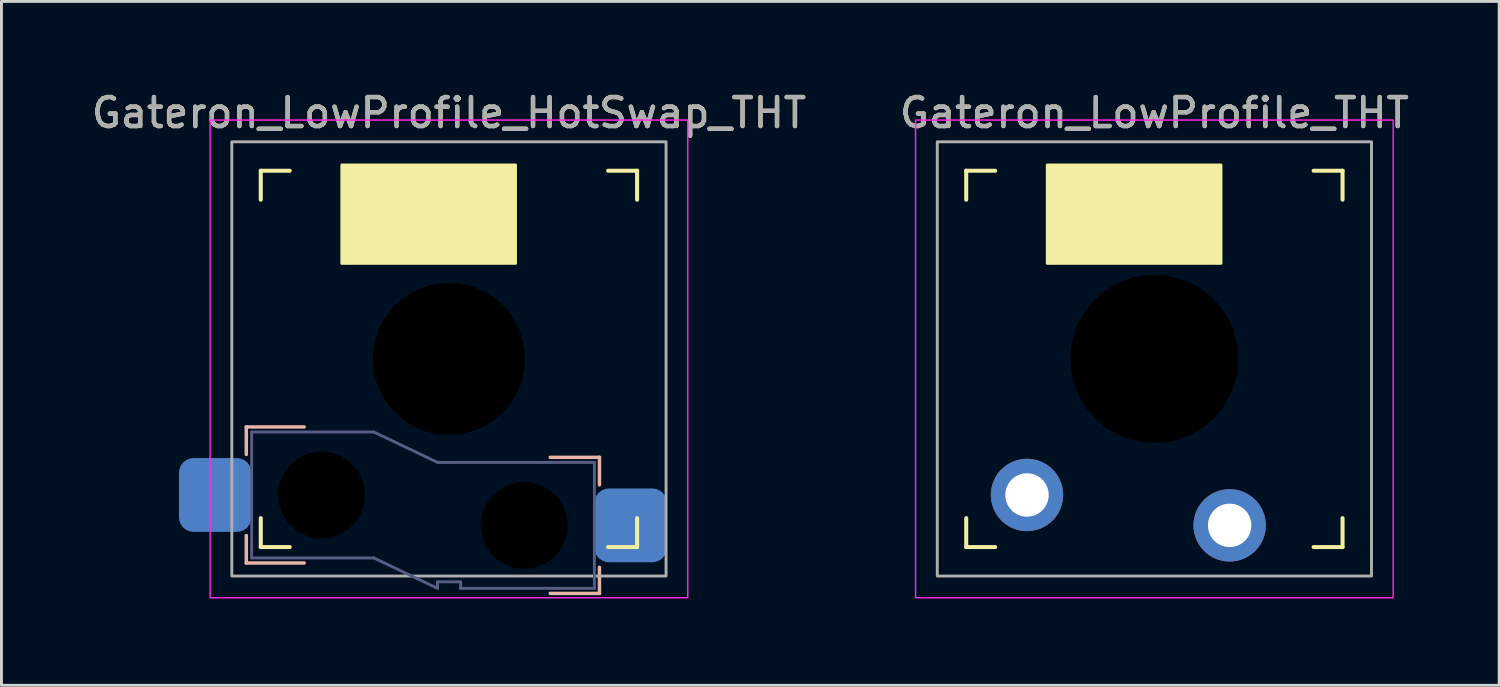
<source format=kicad_pcb>
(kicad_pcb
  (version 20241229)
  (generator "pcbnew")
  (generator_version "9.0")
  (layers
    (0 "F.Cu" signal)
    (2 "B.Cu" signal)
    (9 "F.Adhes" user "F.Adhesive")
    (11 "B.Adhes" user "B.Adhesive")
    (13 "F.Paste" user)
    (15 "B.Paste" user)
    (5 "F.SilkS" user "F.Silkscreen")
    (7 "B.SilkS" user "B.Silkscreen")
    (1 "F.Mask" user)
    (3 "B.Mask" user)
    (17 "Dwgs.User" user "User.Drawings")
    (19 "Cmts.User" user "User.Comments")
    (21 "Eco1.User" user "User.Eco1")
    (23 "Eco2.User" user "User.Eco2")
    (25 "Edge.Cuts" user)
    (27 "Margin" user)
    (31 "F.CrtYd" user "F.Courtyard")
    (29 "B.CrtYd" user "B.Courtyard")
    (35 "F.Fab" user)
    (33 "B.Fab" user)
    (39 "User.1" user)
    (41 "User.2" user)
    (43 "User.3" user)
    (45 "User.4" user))
  (footprint "Gateron_LowProfile_HotSwap_THT"
    (layer "F.Cu")
    (at 12.458 9.348)
    (property "Reference" "Gateron_LowProfile_HotSwap_THT" (at 0 -8.5 0) (unlocked yes) (layer "F.SilkS") (effects (font (size 1 1) (thickness 0.15))))
    (attr through_hole)
    (fp_line (start -6.5 -5.5) (end -6.5 -6.5) (stroke (width 0.14) (type solid)) (layer "F.SilkS"))
    (fp_line (start -6.5 6.5) (end -6.5 5.5) (stroke (width 0.14) (type solid)) (layer "F.SilkS"))
    (fp_line (start -6.5 6.5) (end -5.5 6.5) (stroke (width 0.14) (type solid)) (layer "F.SilkS"))
    (fp_line (start -5.5 -6.5) (end -6.5 -6.5) (stroke (width 0.14) (type solid)) (layer "F.SilkS"))
    (fp_line (start 5.5 6.5) (end 6.5 6.5) (stroke (width 0.14) (type solid)) (layer "F.SilkS"))
    (fp_line (start 6.5 -6.5) (end 5.5 -6.5) (stroke (width 0.14) (type solid)) (layer "F.SilkS"))
    (fp_line (start 6.5 -6.5) (end 6.5 -5.5) (stroke (width 0.14) (type solid)) (layer "F.SilkS"))
    (fp_line (start 6.5 5.5) (end 6.5 6.5) (stroke (width 0.14) (type solid)) (layer "F.SilkS"))
    (fp_rect (start -3.7 -6.7) (end 2.3 -3.3) (stroke (width 0.1) (type solid)) (fill yes) (layer "F.SilkS"))
    (fp_line (start -7 2.35) (end -7 3.3) (stroke (width 0.12) (type solid)) (layer "B.SilkS"))
    (fp_line (start -7 2.35) (end -5 2.35) (stroke (width 0.12) (type solid)) (layer "B.SilkS"))
    (fp_line (start -7 7.05) (end -7 6.1) (stroke (width 0.12) (type solid)) (layer "B.SilkS"))
    (fp_line (start -7 7.05) (end -5 7.05) (stroke (width 0.12) (type solid)) (layer "B.SilkS"))
    (fp_line (start 5.2 3.4) (end 3.5 3.4) (stroke (width 0.12) (type solid)) (layer "B.SilkS"))
    (fp_line (start 5.2 3.4) (end 5.2 4.35) (stroke (width 0.12) (type solid)) (layer "B.SilkS"))
    (fp_line (start 5.2 8.1) (end 3.5 8.1) (stroke (width 0.12) (type solid)) (layer "B.SilkS"))
    (fp_line (start 5.2 8.1) (end 5.2 7.2) (stroke (width 0.12) (type solid)) (layer "B.SilkS"))
    (fp_rect (start 8.25 -8.25) (end -8.25 8.25) (stroke (width 0.05) (type solid)) (fill no) (layer "F.CrtYd"))
    (fp_line (start -6.815 2.525) (end -6.815 6.875) (stroke (width 0.1) (type solid)) (layer "B.Fab"))
    (fp_line (start -6.815 2.525) (end -2.595 2.525) (stroke (width 0.1) (type solid)) (layer "B.Fab"))
    (fp_line (start -6.815 6.875) (end -2.595 6.875) (stroke (width 0.1) (type solid)) (layer "B.Fab"))
    (fp_line (start -2.595 2.525) (end -0.395 3.575) (stroke (width 0.1) (type solid)) (layer "B.Fab"))
    (fp_line (start -2.595 6.875) (end -0.395 7.925) (stroke (width 0.1) (type solid)) (layer "B.Fab"))
    (fp_line (start -0.395 7.7) (end -0.395 7.925) (stroke (width 0.1) (type solid)) (layer "B.Fab"))
    (fp_line (start 0.405 7.7) (end -0.395 7.7) (stroke (width 0.1) (type solid)) (layer "B.Fab"))
    (fp_line (start 0.405 7.925) (end 0.405 7.7) (stroke (width 0.1) (type solid)) (layer "B.Fab"))
    (fp_line (start 5.025 3.575) (end -0.395 3.575) (stroke (width 0.1) (type solid)) (layer "B.Fab"))
    (fp_line (start 5.025 3.575) (end 5.025 7.925) (stroke (width 0.1) (type solid)) (layer "B.Fab"))
    (fp_line (start 5.025 7.925) (end 0.405 7.925) (stroke (width 0.1) (type solid)) (layer "B.Fab"))
    (fp_rect (start 7.5 -7.5) (end -7.5 7.5) (stroke (width 0.1) (type solid)) (fill no) (layer "F.Fab"))
    (fp_text user "${REFERENCE}" (at 0 -8.5 0) (unlocked yes) (layer "F.Fab") (effects (font (size 1 1) (thickness 0.15))))
    (pad "" np_thru_hole circle (at -4.4 4.7) (size 3 3) (drill 3) (layers "*.Mask"))
    (pad "" np_thru_hole circle (at 0 0) (size 5.25 5.25) (drill 5.25) (layers "*.Mask"))
    (pad "" np_thru_hole circle (at 2.6 5.75) (size 3 3) (drill 3) (layers "*.Mask"))
    (pad "1" smd roundrect (at -8.075 4.7) (size 2.5 2.55) (layers "B.Cu" "B.Mask" "B.Paste") (roundrect_rratio 0.2))
    (pad "2" smd roundrect (at 6.275 5.75) (size 2.5 2.55) (layers "B.Cu" "B.Mask" "B.Paste") (roundrect_rratio 0.2)))
  (footprint "Gateron_LowProfile_THT"
    (layer "F.Cu")
    (at 36.827 9.348)
    (property "Reference" "Gateron_LowProfile_THT" (at 0 -8.5 0) (unlocked yes) (layer "F.SilkS") (effects (font (size 1 1) (thickness 0.15))))
    (attr through_hole)
    (fp_line (start -6.5 -5.5) (end -6.5 -6.5) (stroke (width 0.14) (type solid)) (layer "F.SilkS"))
    (fp_line (start -6.5 6.5) (end -6.5 5.5) (stroke (width 0.14) (type solid)) (layer "F.SilkS"))
    (fp_line (start -6.5 6.5) (end -5.5 6.5) (stroke (width 0.14) (type solid)) (layer "F.SilkS"))
    (fp_line (start -5.5 -6.5) (end -6.5 -6.5) (stroke (width 0.14) (type solid)) (layer "F.SilkS"))
    (fp_line (start 5.5 6.5) (end 6.5 6.5) (stroke (width 0.14) (type solid)) (layer "F.SilkS"))
    (fp_line (start 6.5 -6.5) (end 5.5 -6.5) (stroke (width 0.14) (type solid)) (layer "F.SilkS"))
    (fp_line (start 6.5 -6.5) (end 6.5 -5.5) (stroke (width 0.14) (type solid)) (layer "F.SilkS"))
    (fp_line (start 6.5 5.5) (end 6.5 6.5) (stroke (width 0.14) (type solid)) (layer "F.SilkS"))
    (fp_rect (start -3.7 -6.7) (end 2.3 -3.3) (stroke (width 0.1) (type solid)) (fill yes) (layer "F.SilkS"))
    (fp_rect (start -8.25 8.25) (end 8.25 -8.25) (stroke (width 0.05) (type solid)) (fill no) (layer "F.CrtYd"))
    (fp_rect (start -7.5 7.5) (end 7.5 -7.5) (stroke (width 0.1) (type solid)) (fill no) (layer "F.Fab"))
    (fp_text user "${REFERENCE}" (at 0 -8.5 0) (unlocked yes) (layer "F.Fab") (effects (font (size 1 1) (thickness 0.15))))
    (pad "" np_thru_hole circle (at 0 0 180) (size 5.8 5.8) (drill 5.8) (layers "*.Mask"))
    (pad "1" thru_hole circle (at -4.4 4.7 180) (size 2.5 2.5) (drill 1.5) (layers "*.Cu" "B.Mask"))
    (pad "2" thru_hole circle (at 2.6 5.75 180) (size 2.5 2.5) (drill 1.5) (layers "*.Cu" "B.Mask")))
  (gr_rect
    (start -3 -3)
    (end 48.738 20.623)
    (stroke (width 0.1) (type default))
    (fill no)
    (layer "Edge.Cuts")))
</source>
